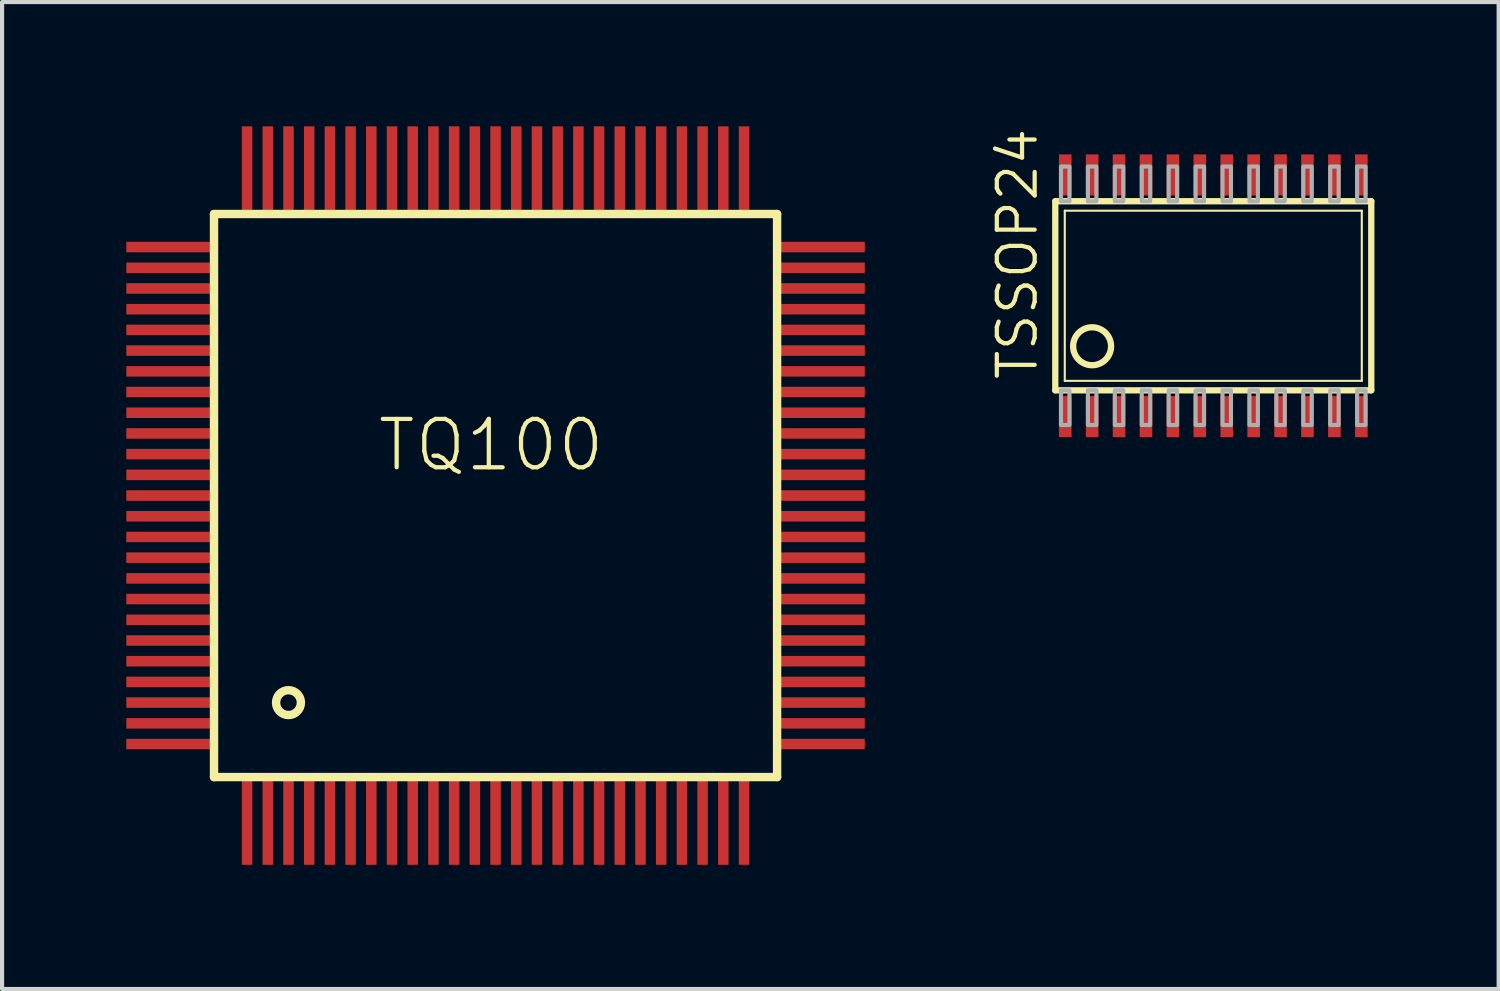
<source format=kicad_pcb>
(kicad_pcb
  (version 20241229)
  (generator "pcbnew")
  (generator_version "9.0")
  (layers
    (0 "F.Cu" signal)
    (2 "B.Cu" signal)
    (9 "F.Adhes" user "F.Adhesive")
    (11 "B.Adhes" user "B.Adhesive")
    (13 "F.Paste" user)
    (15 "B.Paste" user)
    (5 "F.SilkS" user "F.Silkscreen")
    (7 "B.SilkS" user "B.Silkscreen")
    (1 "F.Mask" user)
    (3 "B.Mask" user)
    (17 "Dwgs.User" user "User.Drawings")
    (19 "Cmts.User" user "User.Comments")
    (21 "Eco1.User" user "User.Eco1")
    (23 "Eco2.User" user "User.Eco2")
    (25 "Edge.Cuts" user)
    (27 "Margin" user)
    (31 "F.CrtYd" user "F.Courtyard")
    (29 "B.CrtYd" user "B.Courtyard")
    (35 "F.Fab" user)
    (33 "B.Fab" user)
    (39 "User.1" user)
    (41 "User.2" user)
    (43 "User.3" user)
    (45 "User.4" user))
  (footprint "TSSOP24"
    (layer "F.Cu")
    (at 26.247 4.092)
    (property "Reference" "TSSOP24" (at -4.196 2.083 90) (unlocked yes) (layer "F.SilkS") (effects (font (size 0.914 0.914) (thickness 0.102)) (justify left bottom)))
    (fp_line (start -3.815 2.283) (end -3.815 -2.283) (stroke (width 0.152) (type solid)) (layer "F.SilkS"))
    (fp_line (start -3.815 2.283) (end 3.815 2.283) (stroke (width 0.152) (type solid)) (layer "F.SilkS"))
    (fp_line (start -3.586 2.054) (end -3.586 -2.054) (stroke (width 0.051) (type solid)) (layer "F.SilkS"))
    (fp_line (start -3.586 2.054) (end 3.586 2.054) (stroke (width 0.051) (type solid)) (layer "F.SilkS"))
    (fp_line (start 3.586 -2.054) (end -3.586 -2.054) (stroke (width 0.051) (type solid)) (layer "F.SilkS"))
    (fp_line (start 3.586 -2.054) (end 3.586 2.054) (stroke (width 0.051) (type solid)) (layer "F.SilkS"))
    (fp_line (start 3.815 -2.283) (end -3.815 -2.283) (stroke (width 0.152) (type solid)) (layer "F.SilkS"))
    (fp_line (start 3.815 -2.283) (end 3.815 2.283) (stroke (width 0.152) (type solid)) (layer "F.SilkS"))
    (fp_circle (center -2.926 1.219) (end -2.468 1.219) (stroke (width 0.152) (type solid)) (fill no) (layer "F.SilkS"))
    (fp_poly (pts (xy -3.677 -2.283) (xy -3.473 -2.283) (xy -3.473 -3.121) (xy -3.677 -3.121)) (stroke (width 0.1) (type default)) (fill no) (layer "F.Fab"))
    (fp_poly (pts (xy -3.677 3.121) (xy -3.473 3.121) (xy -3.473 2.283) (xy -3.677 2.283)) (stroke (width 0.1) (type default)) (fill no) (layer "F.Fab"))
    (fp_poly (pts (xy -3.027 -2.283) (xy -2.823 -2.283) (xy -2.823 -3.121) (xy -3.027 -3.121)) (stroke (width 0.1) (type default)) (fill no) (layer "F.Fab"))
    (fp_poly (pts (xy -3.027 3.121) (xy -2.823 3.121) (xy -2.823 2.283) (xy -3.027 2.283)) (stroke (width 0.1) (type default)) (fill no) (layer "F.Fab"))
    (fp_poly (pts (xy -2.377 -2.283) (xy -2.173 -2.283) (xy -2.173 -3.121) (xy -2.377 -3.121)) (stroke (width 0.1) (type default)) (fill no) (layer "F.Fab"))
    (fp_poly (pts (xy -2.377 3.121) (xy -2.173 3.121) (xy -2.173 2.283) (xy -2.377 2.283)) (stroke (width 0.1) (type default)) (fill no) (layer "F.Fab"))
    (fp_poly (pts (xy -1.727 -2.283) (xy -1.523 -2.283) (xy -1.523 -3.121) (xy -1.727 -3.121)) (stroke (width 0.1) (type default)) (fill no) (layer "F.Fab"))
    (fp_poly (pts (xy -1.727 3.121) (xy -1.523 3.121) (xy -1.523 2.283) (xy -1.727 2.283)) (stroke (width 0.1) (type default)) (fill no) (layer "F.Fab"))
    (fp_poly (pts (xy -1.077 -2.283) (xy -0.873 -2.283) (xy -0.873 -3.121) (xy -1.077 -3.121)) (stroke (width 0.1) (type default)) (fill no) (layer "F.Fab"))
    (fp_poly (pts (xy -1.077 3.121) (xy -0.873 3.121) (xy -0.873 2.283) (xy -1.077 2.283)) (stroke (width 0.1) (type default)) (fill no) (layer "F.Fab"))
    (fp_poly (pts (xy -0.427 -2.283) (xy -0.223 -2.283) (xy -0.223 -3.121) (xy -0.427 -3.121)) (stroke (width 0.1) (type default)) (fill no) (layer "F.Fab"))
    (fp_poly (pts (xy -0.427 3.121) (xy -0.223 3.121) (xy -0.223 2.283) (xy -0.427 2.283)) (stroke (width 0.1) (type default)) (fill no) (layer "F.Fab"))
    (fp_poly (pts (xy 0.223 -2.283) (xy 0.427 -2.283) (xy 0.427 -3.121) (xy 0.223 -3.121)) (stroke (width 0.1) (type default)) (fill no) (layer "F.Fab"))
    (fp_poly (pts (xy 0.223 3.121) (xy 0.427 3.121) (xy 0.427 2.283) (xy 0.223 2.283)) (stroke (width 0.1) (type default)) (fill no) (layer "F.Fab"))
    (fp_poly (pts (xy 0.873 -2.283) (xy 1.077 -2.283) (xy 1.077 -3.121) (xy 0.873 -3.121)) (stroke (width 0.1) (type default)) (fill no) (layer "F.Fab"))
    (fp_poly (pts (xy 0.873 3.121) (xy 1.077 3.121) (xy 1.077 2.283) (xy 0.873 2.283)) (stroke (width 0.1) (type default)) (fill no) (layer "F.Fab"))
    (fp_poly (pts (xy 1.523 -2.283) (xy 1.727 -2.283) (xy 1.727 -3.121) (xy 1.523 -3.121)) (stroke (width 0.1) (type default)) (fill no) (layer "F.Fab"))
    (fp_poly (pts (xy 1.523 3.121) (xy 1.727 3.121) (xy 1.727 2.283) (xy 1.523 2.283)) (stroke (width 0.1) (type default)) (fill no) (layer "F.Fab"))
    (fp_poly (pts (xy 2.173 -2.283) (xy 2.377 -2.283) (xy 2.377 -3.121) (xy 2.173 -3.121)) (stroke (width 0.1) (type default)) (fill no) (layer "F.Fab"))
    (fp_poly (pts (xy 2.173 3.121) (xy 2.377 3.121) (xy 2.377 2.283) (xy 2.173 2.283)) (stroke (width 0.1) (type default)) (fill no) (layer "F.Fab"))
    (fp_poly (pts (xy 2.823 -2.283) (xy 3.027 -2.283) (xy 3.027 -3.121) (xy 2.823 -3.121)) (stroke (width 0.1) (type default)) (fill no) (layer "F.Fab"))
    (fp_poly (pts (xy 2.823 3.121) (xy 3.027 3.121) (xy 3.027 2.283) (xy 2.823 2.283)) (stroke (width 0.1) (type default)) (fill no) (layer "F.Fab"))
    (fp_poly (pts (xy 3.473 -2.283) (xy 3.677 -2.283) (xy 3.677 -3.121) (xy 3.473 -3.121)) (stroke (width 0.1) (type default)) (fill no) (layer "F.Fab"))
    (fp_poly (pts (xy 3.473 3.121) (xy 3.677 3.121) (xy 3.677 2.283) (xy 3.473 2.283)) (stroke (width 0.1) (type default)) (fill no) (layer "F.Fab"))
    (pad "1" smd rect (at -3.575 2.918) (size 0.305 0.991) (layers "F.Cu" "F.Mask" "F.Paste"))
    (pad "2" smd rect (at -2.925 2.918) (size 0.305 0.991) (layers "F.Cu" "F.Mask" "F.Paste"))
    (pad "3" smd rect (at -2.275 2.918) (size 0.305 0.991) (layers "F.Cu" "F.Mask" "F.Paste"))
    (pad "4" smd rect (at -1.625 2.918) (size 0.305 0.991) (layers "F.Cu" "F.Mask" "F.Paste"))
    (pad "5" smd rect (at -0.975 2.918) (size 0.305 0.991) (layers "F.Cu" "F.Mask" "F.Paste"))
    (pad "6" smd rect (at -0.325 2.918) (size 0.305 0.991) (layers "F.Cu" "F.Mask" "F.Paste"))
    (pad "7" smd rect (at 0.325 2.918) (size 0.305 0.991) (layers "F.Cu" "F.Mask" "F.Paste"))
    (pad "8" smd rect (at 0.975 2.918) (size 0.305 0.991) (layers "F.Cu" "F.Mask" "F.Paste"))
    (pad "9" smd rect (at 1.625 2.918) (size 0.305 0.991) (layers "F.Cu" "F.Mask" "F.Paste"))
    (pad "10" smd rect (at 2.275 2.918) (size 0.305 0.991) (layers "F.Cu" "F.Mask" "F.Paste"))
    (pad "11" smd rect (at 2.925 2.918) (size 0.305 0.991) (layers "F.Cu" "F.Mask" "F.Paste"))
    (pad "12" smd rect (at 3.575 2.918) (size 0.305 0.991) (layers "F.Cu" "F.Mask" "F.Paste"))
    (pad "13" smd rect (at 3.575 -2.918) (size 0.305 0.991) (layers "F.Cu" "F.Mask" "F.Paste"))
    (pad "14" smd rect (at 2.925 -2.918) (size 0.305 0.991) (layers "F.Cu" "F.Mask" "F.Paste"))
    (pad "15" smd rect (at 2.275 -2.918) (size 0.305 0.991) (layers "F.Cu" "F.Mask" "F.Paste"))
    (pad "16" smd rect (at 1.625 -2.918) (size 0.305 0.991) (layers "F.Cu" "F.Mask" "F.Paste"))
    (pad "17" smd rect (at 0.975 -2.918) (size 0.305 0.991) (layers "F.Cu" "F.Mask" "F.Paste"))
    (pad "18" smd rect (at 0.325 -2.918) (size 0.305 0.991) (layers "F.Cu" "F.Mask" "F.Paste"))
    (pad "19" smd rect (at -0.325 -2.918) (size 0.305 0.991) (layers "F.Cu" "F.Mask" "F.Paste"))
    (pad "20" smd rect (at -0.975 -2.918) (size 0.305 0.991) (layers "F.Cu" "F.Mask" "F.Paste"))
    (pad "21" smd rect (at -1.625 -2.918) (size 0.305 0.991) (layers "F.Cu" "F.Mask" "F.Paste"))
    (pad "22" smd rect (at -2.275 -2.918) (size 0.305 0.991) (layers "F.Cu" "F.Mask" "F.Paste"))
    (pad "23" smd rect (at -2.925 -2.918) (size 0.305 0.991) (layers "F.Cu" "F.Mask" "F.Paste"))
    (pad "24" smd rect (at -3.575 -2.918) (size 0.305 0.991) (layers "F.Cu" "F.Mask" "F.Paste")))
  (footprint "TQ100"
    (layer "F.Cu")
    (at 8.916 8.916)
    (property "Reference" "TQ100" (at -2.9 -0.535 0) (unlocked yes) (layer "F.SilkS") (effects (font (size 1.168 1.168) (thickness 0.102)) (justify left bottom)))
    (fp_line (start -6.798 -6.798) (end -6.798 6.798) (stroke (width 0.203) (type solid)) (layer "F.SilkS"))
    (fp_line (start -6.798 6.798) (end 6.798 6.798) (stroke (width 0.203) (type solid)) (layer "F.SilkS"))
    (fp_line (start 6.798 -6.798) (end -6.798 -6.798) (stroke (width 0.203) (type solid)) (layer "F.SilkS"))
    (fp_line (start 6.798 6.798) (end 6.798 -6.798) (stroke (width 0.203) (type solid)) (layer "F.SilkS"))
    (fp_circle (center -5 5) (end -4.7 5) (stroke (width 0.203) (type solid)) (fill no) (layer "F.SilkS"))
    (pad "1" smd roundrect (at -6 7.9) (size 0.254 2.032) (layers "F.Cu" "F.Mask" "F.Paste") (roundrect_rratio 0.025))
    (pad "2" smd roundrect (at -5.5 7.9) (size 0.254 2.032) (layers "F.Cu" "F.Mask" "F.Paste") (roundrect_rratio 0.025))
    (pad "3" smd roundrect (at -5 7.9) (size 0.254 2.032) (layers "F.Cu" "F.Mask" "F.Paste") (roundrect_rratio 0.025))
    (pad "4" smd roundrect (at -4.5 7.9) (size 0.254 2.032) (layers "F.Cu" "F.Mask" "F.Paste") (roundrect_rratio 0.025))
    (pad "5" smd roundrect (at -4 7.9) (size 0.254 2.032) (layers "F.Cu" "F.Mask" "F.Paste") (roundrect_rratio 0.025))
    (pad "6" smd roundrect (at -3.5 7.9) (size 0.254 2.032) (layers "F.Cu" "F.Mask" "F.Paste") (roundrect_rratio 0.025))
    (pad "7" smd roundrect (at -3 7.9) (size 0.254 2.032) (layers "F.Cu" "F.Mask" "F.Paste") (roundrect_rratio 0.025))
    (pad "8" smd roundrect (at -2.5 7.9) (size 0.254 2.032) (layers "F.Cu" "F.Mask" "F.Paste") (roundrect_rratio 0.025))
    (pad "9" smd roundrect (at -2 7.9) (size 0.254 2.032) (layers "F.Cu" "F.Mask" "F.Paste") (roundrect_rratio 0.025))
    (pad "10" smd roundrect (at -1.5 7.9) (size 0.254 2.032) (layers "F.Cu" "F.Mask" "F.Paste") (roundrect_rratio 0.025))
    (pad "11" smd roundrect (at -1 7.9) (size 0.254 2.032) (layers "F.Cu" "F.Mask" "F.Paste") (roundrect_rratio 0.025))
    (pad "12" smd roundrect (at -0.5 7.9) (size 0.254 2.032) (layers "F.Cu" "F.Mask" "F.Paste") (roundrect_rratio 0.025))
    (pad "13" smd roundrect (at 0 7.9) (size 0.254 2.032) (layers "F.Cu" "F.Mask" "F.Paste") (roundrect_rratio 0.025))
    (pad "14" smd roundrect (at 0.5 7.9) (size 0.254 2.032) (layers "F.Cu" "F.Mask" "F.Paste") (roundrect_rratio 0.025))
    (pad "15" smd roundrect (at 1 7.9) (size 0.254 2.032) (layers "F.Cu" "F.Mask" "F.Paste") (roundrect_rratio 0.025))
    (pad "16" smd roundrect (at 1.5 7.9) (size 0.254 2.032) (layers "F.Cu" "F.Mask" "F.Paste") (roundrect_rratio 0.025))
    (pad "17" smd roundrect (at 2 7.9) (size 0.254 2.032) (layers "F.Cu" "F.Mask" "F.Paste") (roundrect_rratio 0.025))
    (pad "18" smd roundrect (at 2.5 7.9) (size 0.254 2.032) (layers "F.Cu" "F.Mask" "F.Paste") (roundrect_rratio 0.025))
    (pad "19" smd roundrect (at 3 7.9) (size 0.254 2.032) (layers "F.Cu" "F.Mask" "F.Paste") (roundrect_rratio 0.025))
    (pad "20" smd roundrect (at 3.5 7.9) (size 0.254 2.032) (layers "F.Cu" "F.Mask" "F.Paste") (roundrect_rratio 0.025))
    (pad "21" smd roundrect (at 4 7.9) (size 0.254 2.032) (layers "F.Cu" "F.Mask" "F.Paste") (roundrect_rratio 0.025))
    (pad "22" smd roundrect (at 4.5 7.9) (size 0.254 2.032) (layers "F.Cu" "F.Mask" "F.Paste") (roundrect_rratio 0.025))
    (pad "23" smd roundrect (at 5 7.9) (size 0.254 2.032) (layers "F.Cu" "F.Mask" "F.Paste") (roundrect_rratio 0.025))
    (pad "24" smd roundrect (at 5.5 7.9) (size 0.254 2.032) (layers "F.Cu" "F.Mask" "F.Paste") (roundrect_rratio 0.025))
    (pad "25" smd roundrect (at 6 7.9) (size 0.254 2.032) (layers "F.Cu" "F.Mask" "F.Paste") (roundrect_rratio 0.025))
    (pad "26" smd roundrect (at 7.9 6) (size 2.032 0.254) (layers "F.Cu" "F.Mask" "F.Paste") (roundrect_rratio 0.025))
    (pad "27" smd roundrect (at 7.9 5.5) (size 2.032 0.254) (layers "F.Cu" "F.Mask" "F.Paste") (roundrect_rratio 0.025))
    (pad "28" smd roundrect (at 7.9 5) (size 2.032 0.254) (layers "F.Cu" "F.Mask" "F.Paste") (roundrect_rratio 0.025))
    (pad "29" smd roundrect (at 7.9 4.5) (size 2.032 0.254) (layers "F.Cu" "F.Mask" "F.Paste") (roundrect_rratio 0.025))
    (pad "30" smd roundrect (at 7.9 4) (size 2.032 0.254) (layers "F.Cu" "F.Mask" "F.Paste") (roundrect_rratio 0.025))
    (pad "31" smd roundrect (at 7.9 3.5) (size 2.032 0.254) (layers "F.Cu" "F.Mask" "F.Paste") (roundrect_rratio 0.025))
    (pad "32" smd roundrect (at 7.9 3) (size 2.032 0.254) (layers "F.Cu" "F.Mask" "F.Paste") (roundrect_rratio 0.025))
    (pad "33" smd roundrect (at 7.9 2.5) (size 2.032 0.254) (layers "F.Cu" "F.Mask" "F.Paste") (roundrect_rratio 0.025))
    (pad "34" smd roundrect (at 7.9 2) (size 2.032 0.254) (layers "F.Cu" "F.Mask" "F.Paste") (roundrect_rratio 0.025))
    (pad "35" smd roundrect (at 7.9 1.5) (size 2.032 0.254) (layers "F.Cu" "F.Mask" "F.Paste") (roundrect_rratio 0.025))
    (pad "36" smd roundrect (at 7.9 1) (size 2.032 0.254) (layers "F.Cu" "F.Mask" "F.Paste") (roundrect_rratio 0.025))
    (pad "37" smd roundrect (at 7.9 0.5) (size 2.032 0.254) (layers "F.Cu" "F.Mask" "F.Paste") (roundrect_rratio 0.025))
    (pad "38" smd roundrect (at 7.9 0) (size 2.032 0.254) (layers "F.Cu" "F.Mask" "F.Paste") (roundrect_rratio 0.025))
    (pad "39" smd roundrect (at 7.9 -0.5) (size 2.032 0.254) (layers "F.Cu" "F.Mask" "F.Paste") (roundrect_rratio 0.025))
    (pad "40" smd roundrect (at 7.9 -1) (size 2.032 0.254) (layers "F.Cu" "F.Mask" "F.Paste") (roundrect_rratio 0.025))
    (pad "41" smd roundrect (at 7.9 -1.5) (size 2.032 0.254) (layers "F.Cu" "F.Mask" "F.Paste") (roundrect_rratio 0.025))
    (pad "42" smd roundrect (at 7.9 -2) (size 2.032 0.254) (layers "F.Cu" "F.Mask" "F.Paste") (roundrect_rratio 0.025))
    (pad "43" smd roundrect (at 7.9 -2.5) (size 2.032 0.254) (layers "F.Cu" "F.Mask" "F.Paste") (roundrect_rratio 0.025))
    (pad "44" smd roundrect (at 7.9 -3) (size 2.032 0.254) (layers "F.Cu" "F.Mask" "F.Paste") (roundrect_rratio 0.025))
    (pad "45" smd roundrect (at 7.9 -3.5) (size 2.032 0.254) (layers "F.Cu" "F.Mask" "F.Paste") (roundrect_rratio 0.025))
    (pad "46" smd roundrect (at 7.9 -4) (size 2.032 0.254) (layers "F.Cu" "F.Mask" "F.Paste") (roundrect_rratio 0.025))
    (pad "47" smd roundrect (at 7.9 -4.5) (size 2.032 0.254) (layers "F.Cu" "F.Mask" "F.Paste") (roundrect_rratio 0.025))
    (pad "48" smd roundrect (at 7.9 -5) (size 2.032 0.254) (layers "F.Cu" "F.Mask" "F.Paste") (roundrect_rratio 0.025))
    (pad "49" smd roundrect (at 7.9 -5.5) (size 2.032 0.254) (layers "F.Cu" "F.Mask" "F.Paste") (roundrect_rratio 0.025))
    (pad "50" smd roundrect (at 7.9 -6) (size 2.032 0.254) (layers "F.Cu" "F.Mask" "F.Paste") (roundrect_rratio 0.025))
    (pad "51" smd roundrect (at 6 -7.9) (size 0.254 2.032) (layers "F.Cu" "F.Mask" "F.Paste") (roundrect_rratio 0.025))
    (pad "52" smd roundrect (at 5.5 -7.9) (size 0.254 2.032) (layers "F.Cu" "F.Mask" "F.Paste") (roundrect_rratio 0.025))
    (pad "53" smd roundrect (at 5 -7.9) (size 0.254 2.032) (layers "F.Cu" "F.Mask" "F.Paste") (roundrect_rratio 0.025))
    (pad "54" smd roundrect (at 4.5 -7.9) (size 0.254 2.032) (layers "F.Cu" "F.Mask" "F.Paste") (roundrect_rratio 0.025))
    (pad "55" smd roundrect (at 4 -7.9) (size 0.254 2.032) (layers "F.Cu" "F.Mask" "F.Paste") (roundrect_rratio 0.025))
    (pad "56" smd roundrect (at 3.5 -7.9) (size 0.254 2.032) (layers "F.Cu" "F.Mask" "F.Paste") (roundrect_rratio 0.025))
    (pad "57" smd roundrect (at 3 -7.9) (size 0.254 2.032) (layers "F.Cu" "F.Mask" "F.Paste") (roundrect_rratio 0.025))
    (pad "58" smd roundrect (at 2.5 -7.9) (size 0.254 2.032) (layers "F.Cu" "F.Mask" "F.Paste") (roundrect_rratio 0.025))
    (pad "59" smd roundrect (at 2 -7.9) (size 0.254 2.032) (layers "F.Cu" "F.Mask" "F.Paste") (roundrect_rratio 0.025))
    (pad "60" smd roundrect (at 1.5 -7.9) (size 0.254 2.032) (layers "F.Cu" "F.Mask" "F.Paste") (roundrect_rratio 0.025))
    (pad "61" smd roundrect (at 1 -7.9) (size 0.254 2.032) (layers "F.Cu" "F.Mask" "F.Paste") (roundrect_rratio 0.025))
    (pad "62" smd roundrect (at 0.5 -7.9) (size 0.254 2.032) (layers "F.Cu" "F.Mask" "F.Paste") (roundrect_rratio 0.025))
    (pad "63" smd roundrect (at 0 -7.9) (size 0.254 2.032) (layers "F.Cu" "F.Mask" "F.Paste") (roundrect_rratio 0.025))
    (pad "64" smd roundrect (at -0.5 -7.9) (size 0.254 2.032) (layers "F.Cu" "F.Mask" "F.Paste") (roundrect_rratio 0.025))
    (pad "65" smd roundrect (at -1 -7.9) (size 0.254 2.032) (layers "F.Cu" "F.Mask" "F.Paste") (roundrect_rratio 0.025))
    (pad "66" smd roundrect (at -1.5 -7.9) (size 0.254 2.032) (layers "F.Cu" "F.Mask" "F.Paste") (roundrect_rratio 0.025))
    (pad "67" smd roundrect (at -2 -7.9) (size 0.254 2.032) (layers "F.Cu" "F.Mask" "F.Paste") (roundrect_rratio 0.025))
    (pad "68" smd roundrect (at -2.5 -7.9) (size 0.254 2.032) (layers "F.Cu" "F.Mask" "F.Paste") (roundrect_rratio 0.025))
    (pad "69" smd roundrect (at -3 -7.9) (size 0.254 2.032) (layers "F.Cu" "F.Mask" "F.Paste") (roundrect_rratio 0.025))
    (pad "70" smd roundrect (at -3.5 -7.9) (size 0.254 2.032) (layers "F.Cu" "F.Mask" "F.Paste") (roundrect_rratio 0.025))
    (pad "71" smd roundrect (at -4 -7.9) (size 0.254 2.032) (layers "F.Cu" "F.Mask" "F.Paste") (roundrect_rratio 0.025))
    (pad "72" smd roundrect (at -4.5 -7.9) (size 0.254 2.032) (layers "F.Cu" "F.Mask" "F.Paste") (roundrect_rratio 0.025))
    (pad "73" smd roundrect (at -5 -7.9) (size 0.254 2.032) (layers "F.Cu" "F.Mask" "F.Paste") (roundrect_rratio 0.025))
    (pad "74" smd roundrect (at -5.5 -7.9) (size 0.254 2.032) (layers "F.Cu" "F.Mask" "F.Paste") (roundrect_rratio 0.025))
    (pad "75" smd roundrect (at -6 -7.9) (size 0.254 2.032) (layers "F.Cu" "F.Mask" "F.Paste") (roundrect_rratio 0.025))
    (pad "76" smd roundrect (at -7.9 -6) (size 2.032 0.254) (layers "F.Cu" "F.Mask" "F.Paste") (roundrect_rratio 0.025))
    (pad "77" smd roundrect (at -7.9 -5.5) (size 2.032 0.254) (layers "F.Cu" "F.Mask" "F.Paste") (roundrect_rratio 0.025))
    (pad "78" smd roundrect (at -7.9 -5) (size 2.032 0.254) (layers "F.Cu" "F.Mask" "F.Paste") (roundrect_rratio 0.025))
    (pad "79" smd roundrect (at -7.9 -4.5) (size 2.032 0.254) (layers "F.Cu" "F.Mask" "F.Paste") (roundrect_rratio 0.025))
    (pad "80" smd roundrect (at -7.9 -4) (size 2.032 0.254) (layers "F.Cu" "F.Mask" "F.Paste") (roundrect_rratio 0.025))
    (pad "81" smd roundrect (at -7.9 -3.5) (size 2.032 0.254) (layers "F.Cu" "F.Mask" "F.Paste") (roundrect_rratio 0.025))
    (pad "82" smd roundrect (at -7.9 -3) (size 2.032 0.254) (layers "F.Cu" "F.Mask" "F.Paste") (roundrect_rratio 0.025))
    (pad "83" smd roundrect (at -7.9 -2.5) (size 2.032 0.254) (layers "F.Cu" "F.Mask" "F.Paste") (roundrect_rratio 0.025))
    (pad "84" smd roundrect (at -7.9 -2) (size 2.032 0.254) (layers "F.Cu" "F.Mask" "F.Paste") (roundrect_rratio 0.025))
    (pad "85" smd roundrect (at -7.9 -1.5) (size 2.032 0.254) (layers "F.Cu" "F.Mask" "F.Paste") (roundrect_rratio 0.025))
    (pad "86" smd roundrect (at -7.9 -1) (size 2.032 0.254) (layers "F.Cu" "F.Mask" "F.Paste") (roundrect_rratio 0.025))
    (pad "87" smd roundrect (at -7.9 -0.5) (size 2.032 0.254) (layers "F.Cu" "F.Mask" "F.Paste") (roundrect_rratio 0.025))
    (pad "88" smd roundrect (at -7.9 0) (size 2.032 0.254) (layers "F.Cu" "F.Mask" "F.Paste") (roundrect_rratio 0.025))
    (pad "89" smd roundrect (at -7.9 0.5) (size 2.032 0.254) (layers "F.Cu" "F.Mask" "F.Paste") (roundrect_rratio 0.025))
    (pad "90" smd roundrect (at -7.9 1) (size 2.032 0.254) (layers "F.Cu" "F.Mask" "F.Paste") (roundrect_rratio 0.025))
    (pad "91" smd roundrect (at -7.9 1.5) (size 2.032 0.254) (layers "F.Cu" "F.Mask" "F.Paste") (roundrect_rratio 0.025))
    (pad "92" smd roundrect (at -7.9 2) (size 2.032 0.254) (layers "F.Cu" "F.Mask" "F.Paste") (roundrect_rratio 0.025))
    (pad "93" smd roundrect (at -7.9 2.5) (size 2.032 0.254) (layers "F.Cu" "F.Mask" "F.Paste") (roundrect_rratio 0.025))
    (pad "94" smd roundrect (at -7.9 3) (size 2.032 0.254) (layers "F.Cu" "F.Mask" "F.Paste") (roundrect_rratio 0.025))
    (pad "95" smd roundrect (at -7.9 3.5) (size 2.032 0.254) (layers "F.Cu" "F.Mask" "F.Paste") (roundrect_rratio 0.025))
    (pad "96" smd roundrect (at -7.9 4) (size 2.032 0.254) (layers "F.Cu" "F.Mask" "F.Paste") (roundrect_rratio 0.025))
    (pad "97" smd roundrect (at -7.9 4.5) (size 2.032 0.254) (layers "F.Cu" "F.Mask" "F.Paste") (roundrect_rratio 0.025))
    (pad "98" smd roundrect (at -7.9 5) (size 2.032 0.254) (layers "F.Cu" "F.Mask" "F.Paste") (roundrect_rratio 0.025))
    (pad "99" smd roundrect (at -7.9 5.5) (size 2.032 0.254) (layers "F.Cu" "F.Mask" "F.Paste") (roundrect_rratio 0.025))
    (pad "100" smd roundrect (at -7.9 6) (size 2.032 0.254) (layers "F.Cu" "F.Mask" "F.Paste") (roundrect_rratio 0.025)))
  (gr_rect
    (start -3 -3)
    (end 33.138 20.832)
    (stroke (width 0.1) (type default))
    (fill no)
    (layer "Edge.Cuts")))
</source>
